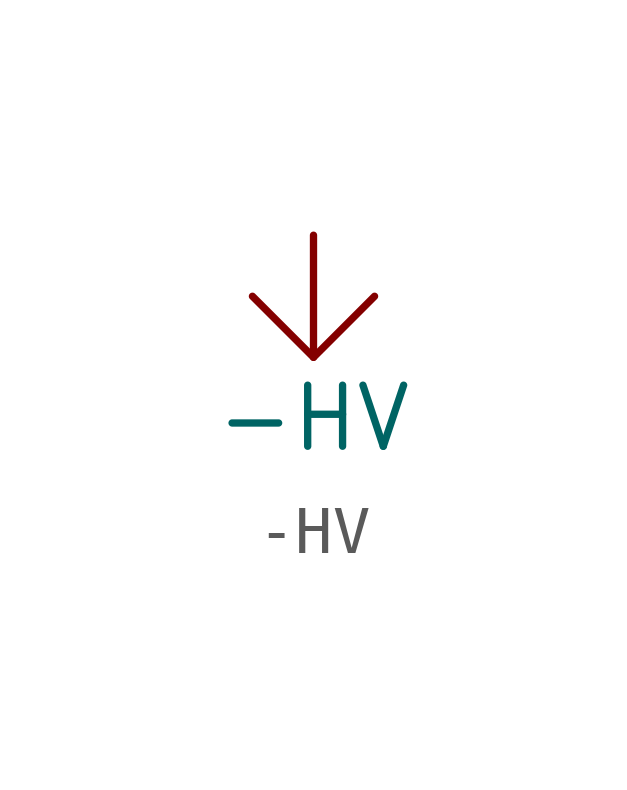
<source format=kicad_sym>
(kicad_symbol_lib
  (version 20231120)
  (generator "kicad_symbol_editor")
  (generator_version "8.0")
  (symbol "-HV"
    (power)
    (pin_names
      (offset 0))
    (property "Reference" "#PWR"
      (at -1.27 -5.08 0)
      (effects (font (size 1.27 1.27)) (hide yes)))
    (property "Value" "-HV"
      (at 0 -3.81 0)
      (effects (font (size 1.27 1.27))))
    (symbol "-HV_0_0"
      (pin power_in line (at 0 0 270) (length 0) hide (name "-HV" (effects (font (size 1.27 1.27)))) (number "1" (effects (font (size 1.27 1.27))))))
    (symbol "-HV_0_1"
      (polyline (pts (xy 0 -2.54) (xy 0 0)) (stroke (width 0) (type default)) (fill (type none)))
      (polyline (pts (xy 0 -2.54) (xy 1.27 -1.27) (xy 0 -2.54) (xy -1.27 -1.27)) (stroke (width 0) (type default)) (fill (type none))))))
</source>
